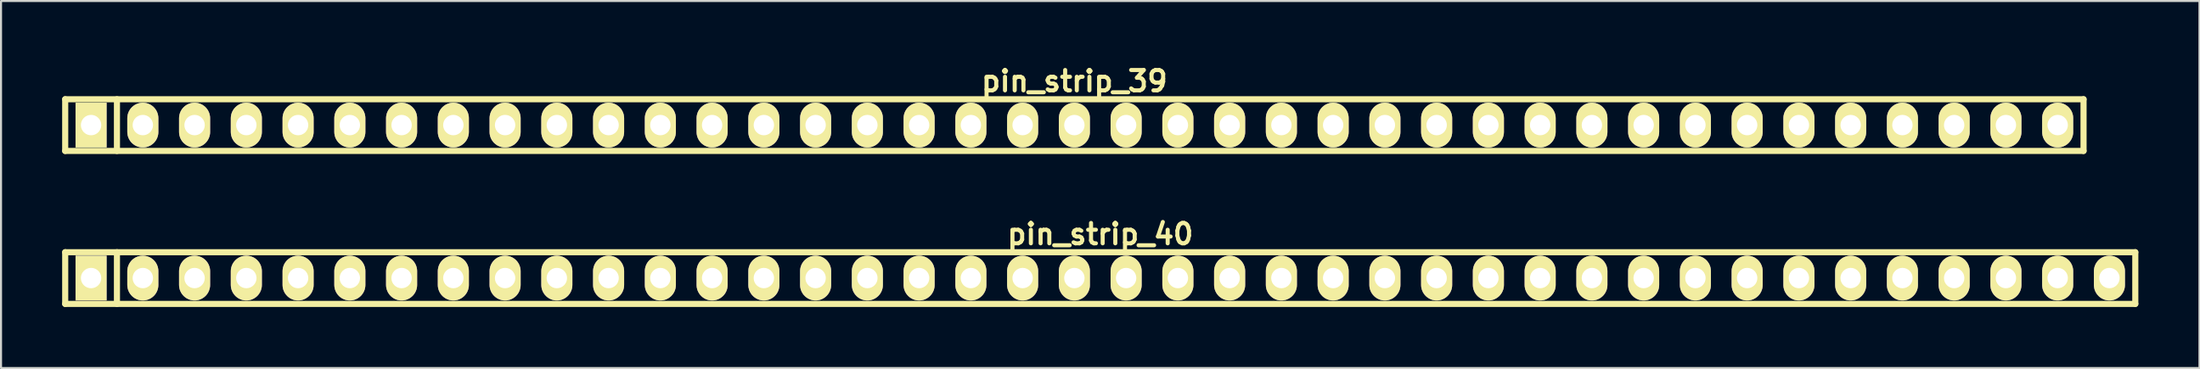
<source format=kicad_pcb>
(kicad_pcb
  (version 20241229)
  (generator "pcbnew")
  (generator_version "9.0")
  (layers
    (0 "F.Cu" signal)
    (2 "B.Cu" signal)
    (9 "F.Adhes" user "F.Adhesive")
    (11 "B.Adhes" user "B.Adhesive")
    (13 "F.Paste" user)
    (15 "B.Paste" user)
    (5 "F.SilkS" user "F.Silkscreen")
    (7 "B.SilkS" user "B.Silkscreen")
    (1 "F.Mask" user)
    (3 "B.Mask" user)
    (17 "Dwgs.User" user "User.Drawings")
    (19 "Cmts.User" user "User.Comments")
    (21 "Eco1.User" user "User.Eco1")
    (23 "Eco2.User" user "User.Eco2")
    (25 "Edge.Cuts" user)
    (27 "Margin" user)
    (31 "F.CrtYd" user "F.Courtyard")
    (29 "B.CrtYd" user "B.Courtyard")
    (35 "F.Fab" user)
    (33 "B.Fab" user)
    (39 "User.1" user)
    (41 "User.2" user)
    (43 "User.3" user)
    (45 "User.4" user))
  (footprint "pin_strip_40"
    (layer "F.Cu")
    (at 50.95 10.61)
    (property "Reference" "pin_strip_40" (at 0 -2.159 0) (layer "F.SilkS") (effects (font (size 1 1) (thickness 0.2))))
    (attr through_hole)
    (fp_line (start -50.8 -1.27) (end 50.8 -1.27) (stroke (width 0.3) (type solid)) (layer "F.SilkS"))
    (fp_line (start -50.8 1.27) (end -50.8 -1.27) (stroke (width 0.3) (type solid)) (layer "F.SilkS"))
    (fp_line (start -48.26 -1.27) (end -48.26 1.27) (stroke (width 0.3) (type solid)) (layer "F.SilkS"))
    (fp_line (start 50.8 -1.27) (end 50.8 1.27) (stroke (width 0.3) (type solid)) (layer "F.SilkS"))
    (fp_line (start 50.8 1.27) (end -50.8 1.27) (stroke (width 0.3) (type solid)) (layer "F.SilkS"))
    (pad "1" thru_hole rect (at -49.53 0) (size 1.524 2.2) (drill 1.001) (layers "*.Cu" "*.Mask" "F.SilkS"))
    (pad "2" thru_hole oval (at -46.99 0) (size 1.524 2.2) (drill 1.001) (layers "*.Cu" "*.Mask" "F.SilkS"))
    (pad "3" thru_hole oval (at -44.45 0) (size 1.524 2.2) (drill 1.001) (layers "*.Cu" "*.Mask" "F.SilkS"))
    (pad "4" thru_hole oval (at -41.91 0) (size 1.524 2.2) (drill 1.001) (layers "*.Cu" "*.Mask" "F.SilkS"))
    (pad "5" thru_hole oval (at -39.37 0) (size 1.524 2.2) (drill 1.001) (layers "*.Cu" "*.Mask" "F.SilkS"))
    (pad "6" thru_hole oval (at -36.83 0) (size 1.524 2.2) (drill 1.001) (layers "*.Cu" "*.Mask" "F.SilkS"))
    (pad "7" thru_hole oval (at -34.29 0) (size 1.524 2.2) (drill 1.001) (layers "*.Cu" "*.Mask" "F.SilkS"))
    (pad "8" thru_hole oval (at -31.75 0) (size 1.524 2.2) (drill 1.001) (layers "*.Cu" "*.Mask" "F.SilkS"))
    (pad "9" thru_hole oval (at -29.21 0) (size 1.524 2.2) (drill 1.001) (layers "*.Cu" "*.Mask" "F.SilkS"))
    (pad "10" thru_hole oval (at -26.67 0) (size 1.524 2.2) (drill 1.001) (layers "*.Cu" "*.Mask" "F.SilkS"))
    (pad "11" thru_hole oval (at -24.13 0) (size 1.524 2.2) (drill 1.001) (layers "*.Cu" "*.Mask" "F.SilkS"))
    (pad "12" thru_hole oval (at -21.59 0) (size 1.524 2.2) (drill 1.001) (layers "*.Cu" "*.Mask" "F.SilkS"))
    (pad "13" thru_hole oval (at -19.05 0) (size 1.524 2.2) (drill 1.001) (layers "*.Cu" "*.Mask" "F.SilkS"))
    (pad "14" thru_hole oval (at -16.51 0) (size 1.524 2.2) (drill 1.001) (layers "*.Cu" "*.Mask" "F.SilkS"))
    (pad "15" thru_hole oval (at -13.97 0) (size 1.524 2.2) (drill 1.001) (layers "*.Cu" "*.Mask" "F.SilkS"))
    (pad "16" thru_hole oval (at -11.43 0) (size 1.524 2.2) (drill 1.001) (layers "*.Cu" "*.Mask" "F.SilkS"))
    (pad "17" thru_hole oval (at -8.89 0) (size 1.524 2.2) (drill 1.001) (layers "*.Cu" "*.Mask" "F.SilkS"))
    (pad "18" thru_hole oval (at -6.35 0) (size 1.524 2.2) (drill 1.001) (layers "*.Cu" "*.Mask" "F.SilkS"))
    (pad "19" thru_hole oval (at -3.81 0) (size 1.524 2.2) (drill 1.001) (layers "*.Cu" "*.Mask" "F.SilkS"))
    (pad "20" thru_hole oval (at -1.27 0) (size 1.524 2.2) (drill 1.001) (layers "*.Cu" "*.Mask" "F.SilkS"))
    (pad "21" thru_hole oval (at 1.27 0) (size 1.524 2.2) (drill 1.001) (layers "*.Cu" "*.Mask" "F.SilkS"))
    (pad "22" thru_hole oval (at 3.81 0) (size 1.524 2.2) (drill 1.001) (layers "*.Cu" "*.Mask" "F.SilkS"))
    (pad "23" thru_hole oval (at 6.35 0) (size 1.524 2.2) (drill 1.001) (layers "*.Cu" "*.Mask" "F.SilkS"))
    (pad "24" thru_hole oval (at 8.89 0) (size 1.524 2.2) (drill 1.001) (layers "*.Cu" "*.Mask" "F.SilkS"))
    (pad "25" thru_hole oval (at 11.43 0) (size 1.524 2.2) (drill 1.001) (layers "*.Cu" "*.Mask" "F.SilkS"))
    (pad "26" thru_hole oval (at 13.97 0) (size 1.524 2.2) (drill 1.001) (layers "*.Cu" "*.Mask" "F.SilkS"))
    (pad "27" thru_hole oval (at 16.51 0) (size 1.524 2.2) (drill 1.001) (layers "*.Cu" "*.Mask" "F.SilkS"))
    (pad "28" thru_hole oval (at 19.05 0) (size 1.524 2.2) (drill 1.001) (layers "*.Cu" "*.Mask" "F.SilkS"))
    (pad "29" thru_hole oval (at 21.59 0) (size 1.524 2.2) (drill 1.001) (layers "*.Cu" "*.Mask" "F.SilkS"))
    (pad "30" thru_hole oval (at 24.13 0) (size 1.524 2.2) (drill 1.001) (layers "*.Cu" "*.Mask" "F.SilkS"))
    (pad "31" thru_hole oval (at 26.67 0) (size 1.524 2.2) (drill 1.001) (layers "*.Cu" "*.Mask" "F.SilkS"))
    (pad "32" thru_hole oval (at 29.21 0) (size 1.524 2.2) (drill 1.001) (layers "*.Cu" "*.Mask" "F.SilkS"))
    (pad "33" thru_hole oval (at 31.75 0) (size 1.524 2.2) (drill 1.001) (layers "*.Cu" "*.Mask" "F.SilkS"))
    (pad "34" thru_hole oval (at 34.29 0) (size 1.524 2.2) (drill 1.001) (layers "*.Cu" "*.Mask" "F.SilkS"))
    (pad "35" thru_hole oval (at 36.83 0) (size 1.524 2.2) (drill 1.001) (layers "*.Cu" "*.Mask" "F.SilkS"))
    (pad "36" thru_hole oval (at 39.37 0) (size 1.524 2.2) (drill 1.001) (layers "*.Cu" "*.Mask" "F.SilkS"))
    (pad "37" thru_hole oval (at 41.91 0) (size 1.524 2.2) (drill 1.001) (layers "*.Cu" "*.Mask" "F.SilkS"))
    (pad "38" thru_hole oval (at 44.45 0) (size 1.524 2.2) (drill 1.001) (layers "*.Cu" "*.Mask" "F.SilkS"))
    (pad "39" thru_hole oval (at 46.99 0) (size 1.524 2.2) (drill 1.001) (layers "*.Cu" "*.Mask" "F.SilkS"))
    (pad "40" thru_hole oval (at 49.53 0) (size 1.524 2.2) (drill 1.001) (layers "*.Cu" "*.Mask" "F.SilkS")))
  (footprint "pin_strip_39"
    (layer "F.Cu")
    (at 49.68 3.095)
    (property "Reference" "pin_strip_39" (at 0 -2.159 0) (layer "F.SilkS") (effects (font (size 1 1) (thickness 0.2))))
    (attr through_hole)
    (fp_line (start -49.53 -1.27) (end 49.53 -1.27) (stroke (width 0.3) (type solid)) (layer "F.SilkS"))
    (fp_line (start -49.53 1.27) (end -49.53 -1.27) (stroke (width 0.3) (type solid)) (layer "F.SilkS"))
    (fp_line (start -46.99 -1.27) (end -46.99 1.27) (stroke (width 0.3) (type solid)) (layer "F.SilkS"))
    (fp_line (start 49.53 -1.27) (end 49.53 1.27) (stroke (width 0.3) (type solid)) (layer "F.SilkS"))
    (fp_line (start 49.53 1.27) (end -49.53 1.27) (stroke (width 0.3) (type solid)) (layer "F.SilkS"))
    (pad "1" thru_hole rect (at -48.26 0) (size 1.524 2.2) (drill 1.001) (layers "*.Cu" "*.Mask" "F.SilkS"))
    (pad "2" thru_hole oval (at -45.72 0) (size 1.524 2.2) (drill 1.001) (layers "*.Cu" "*.Mask" "F.SilkS"))
    (pad "3" thru_hole oval (at -43.18 0) (size 1.524 2.2) (drill 1.001) (layers "*.Cu" "*.Mask" "F.SilkS"))
    (pad "4" thru_hole oval (at -40.64 0) (size 1.524 2.2) (drill 1.001) (layers "*.Cu" "*.Mask" "F.SilkS"))
    (pad "5" thru_hole oval (at -38.1 0) (size 1.524 2.2) (drill 1.001) (layers "*.Cu" "*.Mask" "F.SilkS"))
    (pad "6" thru_hole oval (at -35.56 0) (size 1.524 2.2) (drill 1.001) (layers "*.Cu" "*.Mask" "F.SilkS"))
    (pad "7" thru_hole oval (at -33.02 0) (size 1.524 2.2) (drill 1.001) (layers "*.Cu" "*.Mask" "F.SilkS"))
    (pad "8" thru_hole oval (at -30.48 0) (size 1.524 2.2) (drill 1.001) (layers "*.Cu" "*.Mask" "F.SilkS"))
    (pad "9" thru_hole oval (at -27.94 0) (size 1.524 2.2) (drill 1.001) (layers "*.Cu" "*.Mask" "F.SilkS"))
    (pad "10" thru_hole oval (at -25.4 0) (size 1.524 2.2) (drill 1.001) (layers "*.Cu" "*.Mask" "F.SilkS"))
    (pad "11" thru_hole oval (at -22.86 0) (size 1.524 2.2) (drill 1.001) (layers "*.Cu" "*.Mask" "F.SilkS"))
    (pad "12" thru_hole oval (at -20.32 0) (size 1.524 2.2) (drill 1.001) (layers "*.Cu" "*.Mask" "F.SilkS"))
    (pad "13" thru_hole oval (at -17.78 0) (size 1.524 2.2) (drill 1.001) (layers "*.Cu" "*.Mask" "F.SilkS"))
    (pad "14" thru_hole oval (at -15.24 0) (size 1.524 2.2) (drill 1.001) (layers "*.Cu" "*.Mask" "F.SilkS"))
    (pad "15" thru_hole oval (at -12.7 0) (size 1.524 2.2) (drill 1.001) (layers "*.Cu" "*.Mask" "F.SilkS"))
    (pad "16" thru_hole oval (at -10.16 0) (size 1.524 2.2) (drill 1.001) (layers "*.Cu" "*.Mask" "F.SilkS"))
    (pad "17" thru_hole oval (at -7.62 0) (size 1.524 2.2) (drill 1.001) (layers "*.Cu" "*.Mask" "F.SilkS"))
    (pad "18" thru_hole oval (at -5.08 0) (size 1.524 2.2) (drill 1.001) (layers "*.Cu" "*.Mask" "F.SilkS"))
    (pad "19" thru_hole oval (at -2.54 0) (size 1.524 2.2) (drill 1.001) (layers "*.Cu" "*.Mask" "F.SilkS"))
    (pad "20" thru_hole oval (at 0 0) (size 1.524 2.2) (drill 1.001) (layers "*.Cu" "*.Mask" "F.SilkS"))
    (pad "21" thru_hole oval (at 2.54 0) (size 1.524 2.2) (drill 1.001) (layers "*.Cu" "*.Mask" "F.SilkS"))
    (pad "22" thru_hole oval (at 5.08 0) (size 1.524 2.2) (drill 1.001) (layers "*.Cu" "*.Mask" "F.SilkS"))
    (pad "23" thru_hole oval (at 7.62 0) (size 1.524 2.2) (drill 1.001) (layers "*.Cu" "*.Mask" "F.SilkS"))
    (pad "24" thru_hole oval (at 10.16 0) (size 1.524 2.2) (drill 1.001) (layers "*.Cu" "*.Mask" "F.SilkS"))
    (pad "25" thru_hole oval (at 12.7 0) (size 1.524 2.2) (drill 1.001) (layers "*.Cu" "*.Mask" "F.SilkS"))
    (pad "26" thru_hole oval (at 15.24 0) (size 1.524 2.2) (drill 1.001) (layers "*.Cu" "*.Mask" "F.SilkS"))
    (pad "27" thru_hole oval (at 17.78 0) (size 1.524 2.2) (drill 1.001) (layers "*.Cu" "*.Mask" "F.SilkS"))
    (pad "28" thru_hole oval (at 20.32 0) (size 1.524 2.2) (drill 1.001) (layers "*.Cu" "*.Mask" "F.SilkS"))
    (pad "29" thru_hole oval (at 22.86 0) (size 1.524 2.2) (drill 1.001) (layers "*.Cu" "*.Mask" "F.SilkS"))
    (pad "30" thru_hole oval (at 25.4 0) (size 1.524 2.2) (drill 1.001) (layers "*.Cu" "*.Mask" "F.SilkS"))
    (pad "31" thru_hole oval (at 27.94 0) (size 1.524 2.2) (drill 1.001) (layers "*.Cu" "*.Mask" "F.SilkS"))
    (pad "32" thru_hole oval (at 30.48 0) (size 1.524 2.2) (drill 1.001) (layers "*.Cu" "*.Mask" "F.SilkS"))
    (pad "33" thru_hole oval (at 33.02 0) (size 1.524 2.2) (drill 1.001) (layers "*.Cu" "*.Mask" "F.SilkS"))
    (pad "34" thru_hole oval (at 35.56 0) (size 1.524 2.2) (drill 1.001) (layers "*.Cu" "*.Mask" "F.SilkS"))
    (pad "35" thru_hole oval (at 38.1 0) (size 1.524 2.2) (drill 1.001) (layers "*.Cu" "*.Mask" "F.SilkS"))
    (pad "36" thru_hole oval (at 40.64 0) (size 1.524 2.2) (drill 1.001) (layers "*.Cu" "*.Mask" "F.SilkS"))
    (pad "37" thru_hole oval (at 43.18 0) (size 1.524 2.2) (drill 1.001) (layers "*.Cu" "*.Mask" "F.SilkS"))
    (pad "38" thru_hole oval (at 45.72 0) (size 1.524 2.2) (drill 1.001) (layers "*.Cu" "*.Mask" "F.SilkS"))
    (pad "39" thru_hole oval (at 48.26 0) (size 1.524 2.2) (drill 1.001) (layers "*.Cu" "*.Mask" "F.SilkS")))
  (gr_rect
    (start -3 -3)
    (end 104.9 15.03)
    (stroke (width 0.1) (type default))
    (fill no)
    (layer "Edge.Cuts")))
</source>
